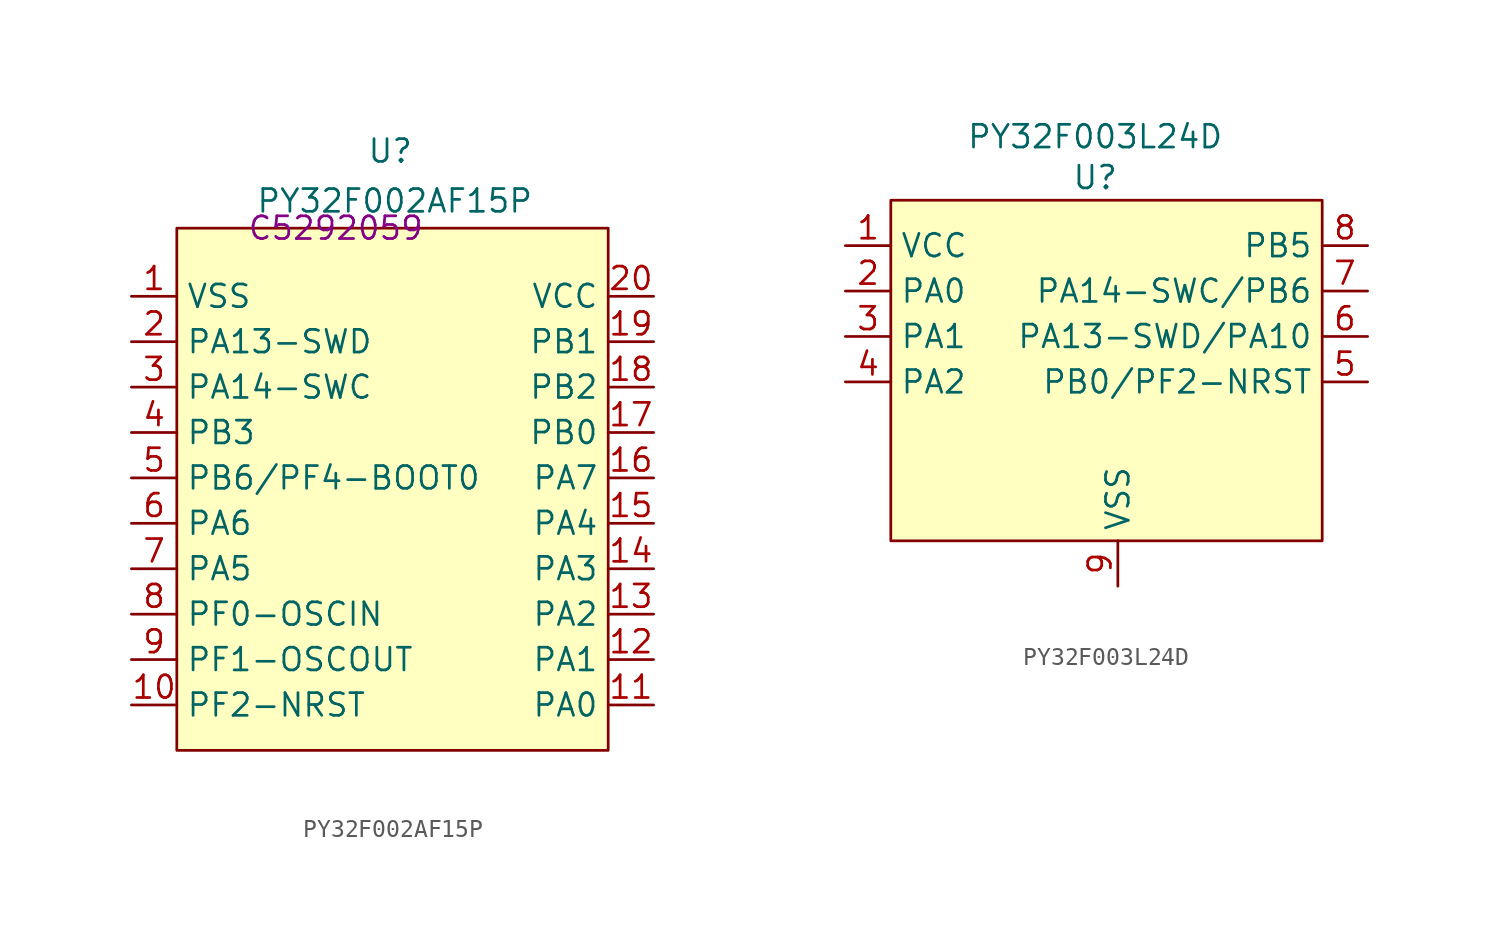
<source format=kicad_sym>
(kicad_symbol_lib
  (version 20231120)
  (generator "kicad_symbol_editor")
  (generator_version "8.0")
  (symbol "PY32F002AF15P"
    (property "Reference" "U"
      (at 3.048 4.318 0)
      (effects (font (size 1.27 1.27))))
    (property "Value" "PY32F002AF15P"
      (at 3.302 1.524 0)
      (effects (font (size 1.27 1.27))))
    (property "LCSC" "C5292059"
      (at 0 0 0)
      (effects (font (size 1.27 1.27))))
    (symbol "PY32F002AF15P_1_1"
      (rectangle (start -8.89 0) (end 15.24 -29.21) (stroke (width 0) (type default)) (fill (type background)))
      (pin power_in line (at -11.43 -3.81 0) (length 2.54) (name "VSS" (effects (font (size 1.27 1.27)))) (number "1" (effects (font (size 1.27 1.27)))))
      (pin bidirectional line (at -11.43 -26.67 0) (length 2.54) (name "PF2-NRST" (effects (font (size 1.27 1.27)))) (number "10" (effects (font (size 1.27 1.27)))))
      (pin bidirectional line (at 17.78 -26.67 180) (length 2.54) (name "PA0" (effects (font (size 1.27 1.27)))) (number "11" (effects (font (size 1.27 1.27)))))
      (pin bidirectional line (at 17.78 -24.13 180) (length 2.54) (name "PA1" (effects (font (size 1.27 1.27)))) (number "12" (effects (font (size 1.27 1.27)))))
      (pin bidirectional line (at 17.78 -21.59 180) (length 2.54) (name "PA2" (effects (font (size 1.27 1.27)))) (number "13" (effects (font (size 1.27 1.27)))))
      (pin bidirectional line (at 17.78 -19.05 180) (length 2.54) (name "PA3" (effects (font (size 1.27 1.27)))) (number "14" (effects (font (size 1.27 1.27)))))
      (pin bidirectional line (at 17.78 -16.51 180) (length 2.54) (name "PA4" (effects (font (size 1.27 1.27)))) (number "15" (effects (font (size 1.27 1.27)))))
      (pin bidirectional line (at 17.78 -13.97 180) (length 2.54) (name "PA7" (effects (font (size 1.27 1.27)))) (number "16" (effects (font (size 1.27 1.27)))))
      (pin bidirectional line (at 17.78 -11.43 180) (length 2.54) (name "PB0" (effects (font (size 1.27 1.27)))) (number "17" (effects (font (size 1.27 1.27)))))
      (pin bidirectional line (at 17.78 -8.89 180) (length 2.54) (name "PB2" (effects (font (size 1.27 1.27)))) (number "18" (effects (font (size 1.27 1.27)))))
      (pin bidirectional line (at 17.78 -6.35 180) (length 2.54) (name "PB1" (effects (font (size 1.27 1.27)))) (number "19" (effects (font (size 1.27 1.27)))))
      (pin bidirectional line (at -11.43 -6.35 0) (length 2.54) (name "PA13-SWD" (effects (font (size 1.27 1.27)))) (number "2" (effects (font (size 1.27 1.27)))))
      (pin power_in line (at 17.78 -3.81 180) (length 2.54) (name "VCC" (effects (font (size 1.27 1.27)))) (number "20" (effects (font (size 1.27 1.27)))))
      (pin bidirectional line (at -11.43 -8.89 0) (length 2.54) (name "PA14-SWC" (effects (font (size 1.27 1.27)))) (number "3" (effects (font (size 1.27 1.27)))))
      (pin bidirectional line (at -11.43 -11.43 0) (length 2.54) (name "PB3" (effects (font (size 1.27 1.27)))) (number "4" (effects (font (size 1.27 1.27)))))
      (pin bidirectional line (at -11.43 -13.97 0) (length 2.54) (name "PB6/PF4-BOOT0" (effects (font (size 1.27 1.27)))) (number "5" (effects (font (size 1.27 1.27)))))
      (pin bidirectional line (at -11.43 -16.51 0) (length 2.54) (name "PA6" (effects (font (size 1.27 1.27)))) (number "6" (effects (font (size 1.27 1.27)))))
      (pin bidirectional line (at -11.43 -19.05 0) (length 2.54) (name "PA5" (effects (font (size 1.27 1.27)))) (number "7" (effects (font (size 1.27 1.27)))))
      (pin bidirectional line (at -11.43 -21.59 0) (length 2.54) (name "PF0-OSCIN" (effects (font (size 1.27 1.27)))) (number "8" (effects (font (size 1.27 1.27)))))
      (pin bidirectional line (at -11.43 -24.13 0) (length 2.54) (name "PF1-OSCOUT" (effects (font (size 1.27 1.27)))) (number "9" (effects (font (size 1.27 1.27)))))))
  (symbol "PY32F003L24D"
    (property "Reference" "U"
      (at 0 0 0)
      (effects (font (size 1.27 1.27))))
    (property "Value" "PY32F003L24D"
      (at 0 2.286 0)
      (effects (font (size 1.27 1.27))))
    (symbol "PY32F003L24D_1_1"
      (rectangle (start -11.43 -1.27) (end 12.7 -20.32) (stroke (width 0) (type default)) (fill (type background)))
      (pin power_in line (at -13.97 -3.81 0) (length 2.54) (name "VCC" (effects (font (size 1.27 1.27)))) (number "1" (effects (font (size 1.27 1.27)))))
      (pin bidirectional line (at -13.97 -6.35 0) (length 2.54) (name "PA0" (effects (font (size 1.27 1.27)))) (number "2" (effects (font (size 1.27 1.27)))))
      (pin bidirectional line (at -13.97 -8.89 0) (length 2.54) (name "PA1" (effects (font (size 1.27 1.27)))) (number "3" (effects (font (size 1.27 1.27)))))
      (pin bidirectional line (at -13.97 -11.43 0) (length 2.54) (name "PA2" (effects (font (size 1.27 1.27)))) (number "4" (effects (font (size 1.27 1.27)))))
      (pin bidirectional line (at 15.24 -11.43 180) (length 2.54) (name "PB0/PF2-NRST" (effects (font (size 1.27 1.27)))) (number "5" (effects (font (size 1.27 1.27)))))
      (pin bidirectional line (at 15.24 -8.89 180) (length 2.54) (name "PA13-SWD/PA10" (effects (font (size 1.27 1.27)))) (number "6" (effects (font (size 1.27 1.27)))))
      (pin bidirectional line (at 15.24 -6.35 180) (length 2.54) (name "PA14-SWC/PB6" (effects (font (size 1.27 1.27)))) (number "7" (effects (font (size 1.27 1.27)))))
      (pin bidirectional line (at 15.24 -3.81 180) (length 2.54) (name "PB5" (effects (font (size 1.27 1.27)))) (number "8" (effects (font (size 1.27 1.27)))))
      (pin power_in line (at 1.27 -22.86 90) (length 2.54) (name "VSS" (effects (font (size 1.27 1.27)))) (number "9" (effects (font (size 1.27 1.27))))))))
</source>
